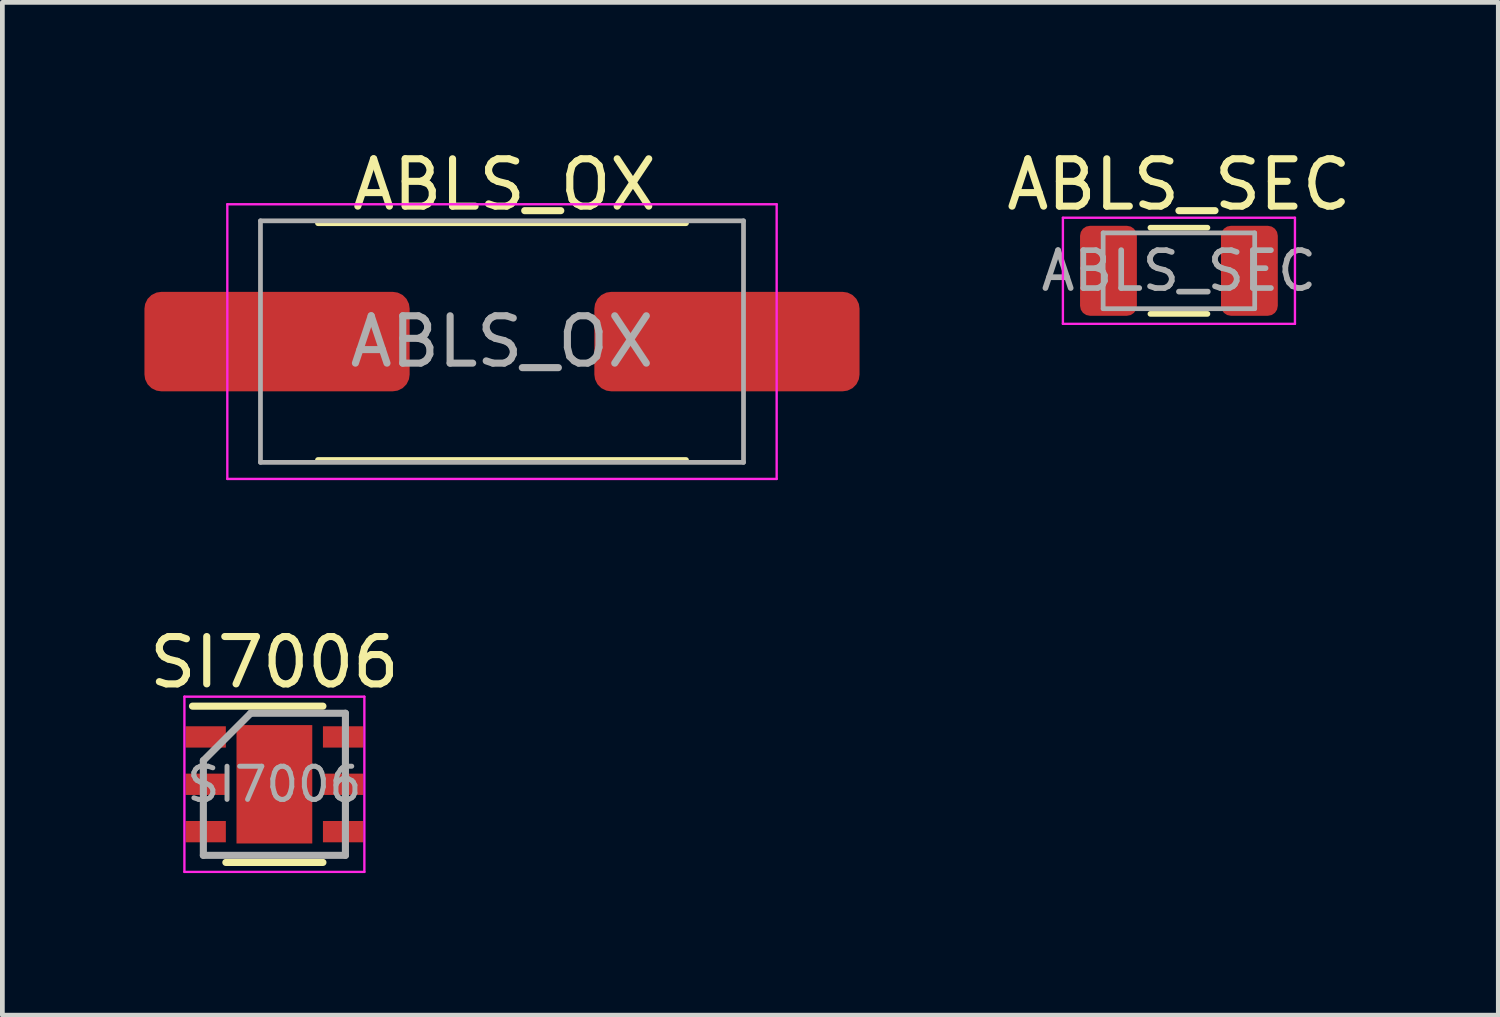
<source format=kicad_pcb>
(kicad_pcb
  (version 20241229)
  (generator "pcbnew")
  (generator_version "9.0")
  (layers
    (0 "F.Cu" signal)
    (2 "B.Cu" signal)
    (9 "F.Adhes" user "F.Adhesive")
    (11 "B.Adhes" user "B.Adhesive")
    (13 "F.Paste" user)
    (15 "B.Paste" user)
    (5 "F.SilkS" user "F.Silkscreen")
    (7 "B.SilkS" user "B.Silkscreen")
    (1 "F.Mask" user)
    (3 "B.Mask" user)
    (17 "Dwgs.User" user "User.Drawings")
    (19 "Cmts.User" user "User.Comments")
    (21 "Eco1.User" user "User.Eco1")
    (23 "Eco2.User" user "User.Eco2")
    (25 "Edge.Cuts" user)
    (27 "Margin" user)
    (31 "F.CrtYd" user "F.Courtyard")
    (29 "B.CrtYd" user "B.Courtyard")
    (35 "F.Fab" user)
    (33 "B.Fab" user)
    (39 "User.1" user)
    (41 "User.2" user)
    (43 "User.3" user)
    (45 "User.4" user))
  (footprint "ABLS_OX"
    (layer "F.Cu")
    (at 7.55 4.163)
    (property "Reference" "ABLS_OX" (at 0.051 -3.315 0) (layer "F.SilkS") (effects (font (size 1 1) (thickness 0.15))))
    (attr smd)
    (fp_line (start -3.886 -2.5) (end 3.886 -2.5) (stroke (width 0.12) (type solid)) (layer "F.SilkS"))
    (fp_line (start -3.886 2.5) (end 3.886 2.5) (stroke (width 0.12) (type solid)) (layer "F.SilkS"))
    (fp_line (start -5.8 -2.9) (end 5.8 -2.9) (stroke (width 0.05) (type solid)) (layer "F.CrtYd"))
    (fp_line (start -5.8 2.9) (end -5.8 -2.9) (stroke (width 0.05) (type solid)) (layer "F.CrtYd"))
    (fp_line (start 5.8 -2.9) (end 5.8 2.9) (stroke (width 0.05) (type solid)) (layer "F.CrtYd"))
    (fp_line (start 5.8 2.9) (end -5.8 2.9) (stroke (width 0.05) (type solid)) (layer "F.CrtYd"))
    (fp_line (start -5.1 -2.55) (end 5.1 -2.55) (stroke (width 0.1) (type solid)) (layer "F.Fab"))
    (fp_line (start -5.1 2.55) (end -5.1 -2.55) (stroke (width 0.1) (type solid)) (layer "F.Fab"))
    (fp_line (start 5.1 -2.55) (end 5.1 2.55) (stroke (width 0.1) (type solid)) (layer "F.Fab"))
    (fp_line (start 5.1 2.55) (end -5.1 2.55) (stroke (width 0.1) (type solid)) (layer "F.Fab"))
    (fp_text user "${REFERENCE}" (at 0 0 0) (layer "F.Fab") (effects (font (size 1 1) (thickness 0.15))))
    (pad "1" smd roundrect (at -4.75 0) (size 5.6 2.1) (layers "F.Cu" "F.Mask" "F.Paste") (roundrect_rratio 0.169))
    (pad "2" smd roundrect (at 4.75 0) (size 5.6 2.1) (layers "F.Cu" "F.Mask" "F.Paste") (roundrect_rratio 0.169)))
  (footprint "SI7006"
    (layer "F.Cu")
    (at 2.744 13.511)
    (property "Reference" "SI7006" (at 0 -2.575 0) (layer "F.SilkS") (effects (font (size 1 1) (thickness 0.15))))
    (attr smd)
    (fp_line (start -1.73 -1.65) (end 1.025 -1.65) (stroke (width 0.15) (type solid)) (layer "F.SilkS"))
    (fp_line (start -1.025 1.65) (end 1.025 1.65) (stroke (width 0.15) (type solid)) (layer "F.SilkS"))
    (fp_line (start -1.9 -1.85) (end -1.9 1.85) (stroke (width 0.05) (type solid)) (layer "F.CrtYd"))
    (fp_line (start -1.9 -1.85) (end 1.9 -1.85) (stroke (width 0.05) (type solid)) (layer "F.CrtYd"))
    (fp_line (start -1.9 1.85) (end 1.9 1.85) (stroke (width 0.05) (type solid)) (layer "F.CrtYd"))
    (fp_line (start 1.9 -1.85) (end 1.9 1.85) (stroke (width 0.05) (type solid)) (layer "F.CrtYd"))
    (fp_line (start -1.5 -0.5) (end -0.5 -1.5) (stroke (width 0.15) (type solid)) (layer "F.Fab"))
    (fp_line (start -1.5 1.5) (end -1.5 -0.5) (stroke (width 0.15) (type solid)) (layer "F.Fab"))
    (fp_line (start -0.5 -1.5) (end 1.5 -1.5) (stroke (width 0.15) (type solid)) (layer "F.Fab"))
    (fp_line (start 1.5 -1.5) (end 1.5 1.5) (stroke (width 0.15) (type solid)) (layer "F.Fab"))
    (fp_line (start 1.5 1.5) (end -1.5 1.5) (stroke (width 0.15) (type solid)) (layer "F.Fab"))
    (fp_text user "${REFERENCE}" (at 0 0 0) (layer "F.Fab") (effects (font (size 0.7 0.7) (thickness 0.105))))
    (pad "" smd rect (at -0.425 -0.866) (size 0.66 0.73) (layers "F.Paste"))
    (pad "" smd rect (at -0.425 0) (size 0.66 0.73) (layers "F.Paste"))
    (pad "" smd rect (at -0.425 0.866) (size 0.66 0.73) (layers "F.Paste"))
    (pad "" smd rect (at 0 0) (size 1.6 2.5) (layers "F.Cu" "F.Mask"))
    (pad "" smd rect (at 0.425 -0.866) (size 0.66 0.73) (layers "F.Paste"))
    (pad "" smd rect (at 0.425 0) (size 0.66 0.73) (layers "F.Paste"))
    (pad "" smd rect (at 0.425 0.866) (size 0.66 0.73) (layers "F.Paste"))
    (pad "1" smd rect (at -1.45 -1) (size 0.85 0.45) (layers "F.Cu" "F.Mask" "F.Paste"))
    (pad "2" smd rect (at -1.45 0) (size 0.85 0.45) (layers "F.Cu" "F.Mask" "F.Paste"))
    (pad "3" smd rect (at -1.45 1) (size 0.85 0.45) (layers "F.Cu" "F.Mask" "F.Paste"))
    (pad "4" smd rect (at 1.45 1) (size 0.85 0.45) (layers "F.Cu" "F.Mask" "F.Paste"))
    (pad "5" smd rect (at 1.45 0) (size 0.85 0.45) (layers "F.Cu" "F.Mask" "F.Paste"))
    (pad "6" smd rect (at 1.45 -1) (size 0.85 0.45) (layers "F.Cu" "F.Mask" "F.Paste")))
  (footprint "ABLS_SEC"
    (layer "F.Cu")
    (at 21.844 2.668)
    (property "Reference" "ABLS_SEC" (at 0 -1.82 0) (layer "F.SilkS") (effects (font (size 1 1) (thickness 0.15))))
    (attr smd)
    (fp_line (start -0.602 -0.91) (end 0.602 -0.91) (stroke (width 0.12) (type solid)) (layer "F.SilkS"))
    (fp_line (start -0.602 0.91) (end 0.602 0.91) (stroke (width 0.12) (type solid)) (layer "F.SilkS"))
    (fp_line (start -2.45 -1.12) (end 2.45 -1.12) (stroke (width 0.05) (type solid)) (layer "F.CrtYd"))
    (fp_line (start -2.45 1.12) (end -2.45 -1.12) (stroke (width 0.05) (type solid)) (layer "F.CrtYd"))
    (fp_line (start 2.45 -1.12) (end 2.45 1.12) (stroke (width 0.05) (type solid)) (layer "F.CrtYd"))
    (fp_line (start 2.45 1.12) (end -2.45 1.12) (stroke (width 0.05) (type solid)) (layer "F.CrtYd"))
    (fp_line (start -1.6 -0.8) (end 1.6 -0.8) (stroke (width 0.1) (type solid)) (layer "F.Fab"))
    (fp_line (start -1.6 0.8) (end -1.6 -0.8) (stroke (width 0.1) (type solid)) (layer "F.Fab"))
    (fp_line (start 1.6 -0.8) (end 1.6 0.8) (stroke (width 0.1) (type solid)) (layer "F.Fab"))
    (fp_line (start 1.6 0.8) (end -1.6 0.8) (stroke (width 0.1) (type solid)) (layer "F.Fab"))
    (fp_text user "${REFERENCE}" (at 0 0 0) (layer "F.Fab") (effects (font (size 0.8 0.8) (thickness 0.12))))
    (pad "1" smd roundrect (at -1.488 0) (size 1.2 1.9) (layers "F.Cu" "F.Mask" "F.Paste") (roundrect_rratio 0.175))
    (pad "2" smd roundrect (at 1.488 0) (size 1.2 1.9) (layers "F.Cu" "F.Mask" "F.Paste") (roundrect_rratio 0.175)))
  (gr_rect
    (start -3 -3)
    (end 28.588 18.386)
    (stroke (width 0.1) (type default))
    (fill no)
    (layer "Edge.Cuts")))
</source>
